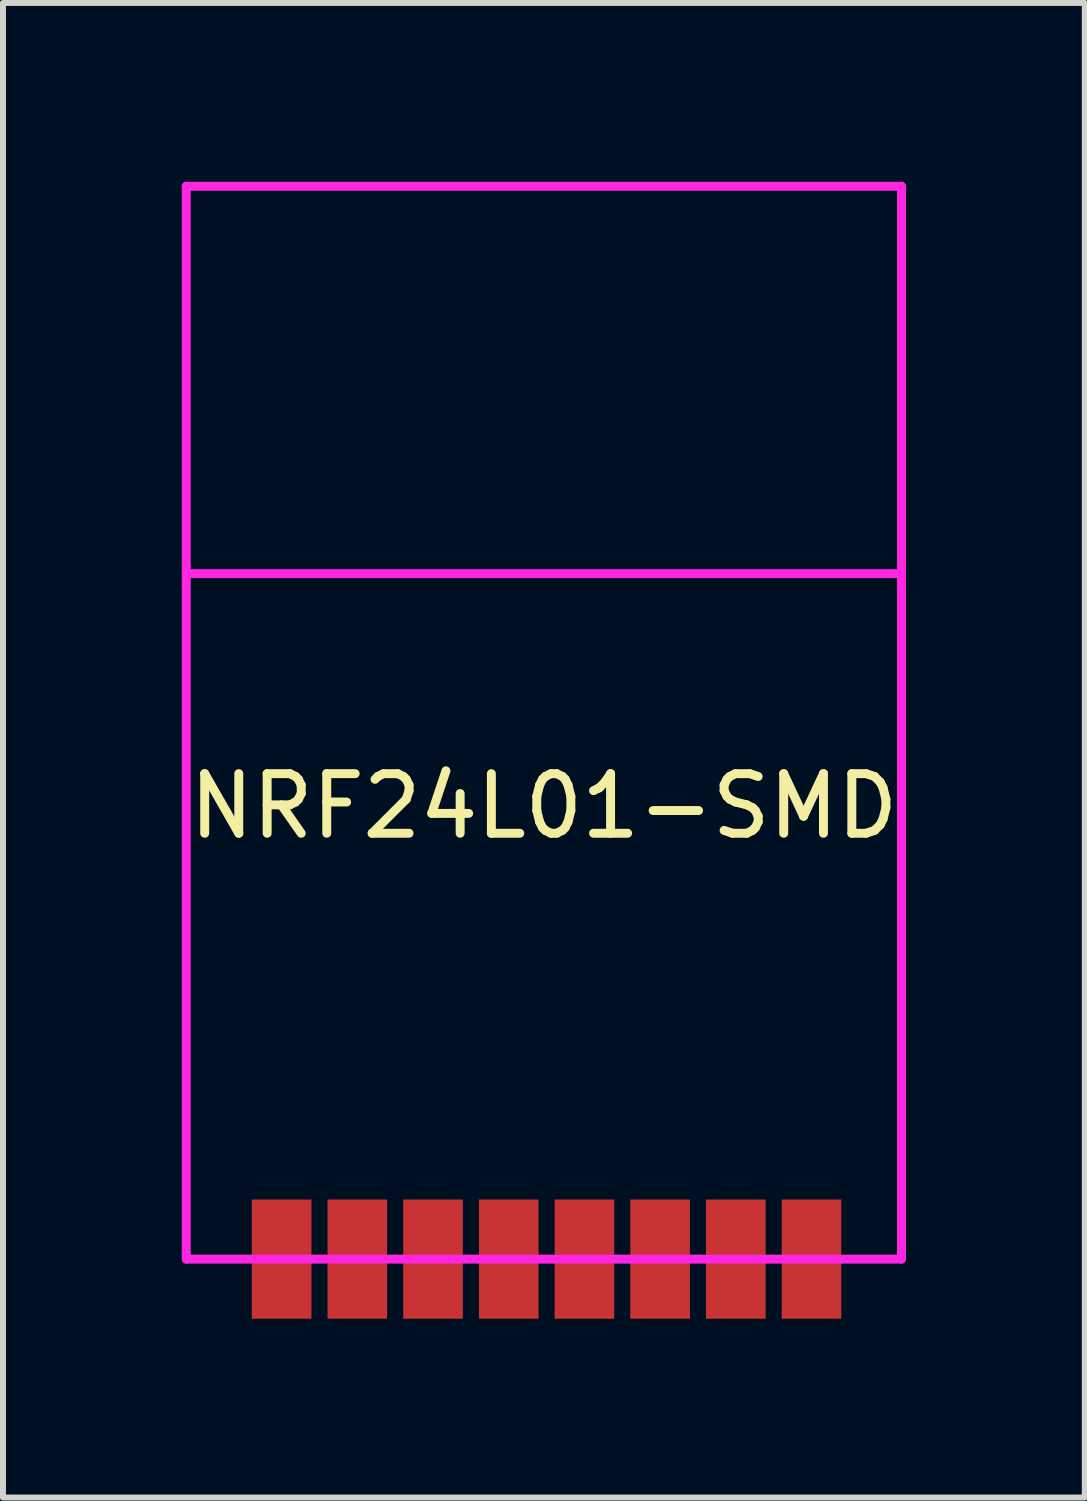
<source format=kicad_pcb>
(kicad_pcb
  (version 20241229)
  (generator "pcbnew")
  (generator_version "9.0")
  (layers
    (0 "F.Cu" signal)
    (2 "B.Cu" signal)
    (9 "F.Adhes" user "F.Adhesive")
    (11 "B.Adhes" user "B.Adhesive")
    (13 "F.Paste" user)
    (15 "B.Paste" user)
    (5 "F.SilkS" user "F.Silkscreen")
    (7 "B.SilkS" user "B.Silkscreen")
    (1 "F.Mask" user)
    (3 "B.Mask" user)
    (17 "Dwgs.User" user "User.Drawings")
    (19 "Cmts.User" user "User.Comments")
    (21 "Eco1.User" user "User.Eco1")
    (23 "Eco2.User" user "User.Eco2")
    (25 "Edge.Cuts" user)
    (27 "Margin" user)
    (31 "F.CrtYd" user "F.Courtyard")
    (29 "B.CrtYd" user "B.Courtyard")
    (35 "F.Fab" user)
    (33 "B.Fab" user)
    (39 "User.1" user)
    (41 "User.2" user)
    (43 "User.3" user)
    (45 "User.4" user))
  (footprint "NRF24L01-SMD"
    (layer "F.Cu")
    (at 6.075 9.375)
    (property "Reference" "NRF24L01-SMD" (at 0 1.1 0) (layer "F.SilkS") (effects (font (size 1 1) (thickness 0.15))))
    (attr through_hole)
    (fp_line (start -6 -9.3) (end 6 -9.3) (stroke (width 0.12) (type default)) (layer "F.SilkS"))
    (fp_line (start -6 8.7) (end -6 -9.3) (stroke (width 0.12) (type default)) (layer "F.SilkS"))
    (fp_line (start -5.2 8.7) (end -6 8.7) (stroke (width 0.12) (type default)) (layer "F.SilkS"))
    (fp_line (start 6 -9.3) (end 6 8.7) (stroke (width 0.12) (type default)) (layer "F.SilkS"))
    (fp_line (start 6 8.7) (end 5.2 8.7) (stroke (width 0.12) (type default)) (layer "F.SilkS"))
    (fp_line (start -6 -9.3) (end 6 -9.3) (stroke (width 0.15) (type solid)) (layer "F.CrtYd"))
    (fp_line (start -6 -2.8) (end 6 -2.8) (stroke (width 0.15) (type solid)) (layer "F.CrtYd"))
    (fp_line (start -6 8.7) (end -6 -9.3) (stroke (width 0.15) (type solid)) (layer "F.CrtYd"))
    (fp_line (start 6 -9.3) (end 6 8.7) (stroke (width 0.15) (type solid)) (layer "F.CrtYd"))
    (fp_line (start 6 8.7) (end -6 8.7) (stroke (width 0.15) (type solid)) (layer "F.CrtYd"))
    (pad "1" smd rect (at -3.13 8.7) (size 1 2) (layers "F.Cu" "F.Mask" "F.Paste"))
    (pad "2" smd rect (at -4.4 8.7) (size 1 2) (layers "F.Cu" "F.Mask" "F.Paste"))
    (pad "3" smd rect (at -1.86 8.7) (size 1 2) (layers "F.Cu" "F.Mask" "F.Paste"))
    (pad "4" smd rect (at -0.59 8.7) (size 1 2) (layers "F.Cu" "F.Mask" "F.Paste"))
    (pad "5" smd rect (at 0.68 8.7) (size 1 2) (layers "F.Cu" "F.Mask" "F.Paste"))
    (pad "6" smd rect (at 1.95 8.7) (size 1 2) (layers "F.Cu" "F.Mask" "F.Paste"))
    (pad "7" smd rect (at 3.22 8.7) (size 1 2) (layers "F.Cu" "F.Mask" "F.Paste"))
    (pad "8" smd rect (at 4.49 8.7) (size 1 2) (layers "F.Cu" "F.Mask" "F.Paste")))
  (gr_rect
    (start -3 -3)
    (end 15.15 22.075)
    (stroke (width 0.1) (type default))
    (fill no)
    (layer "Edge.Cuts")))
</source>
